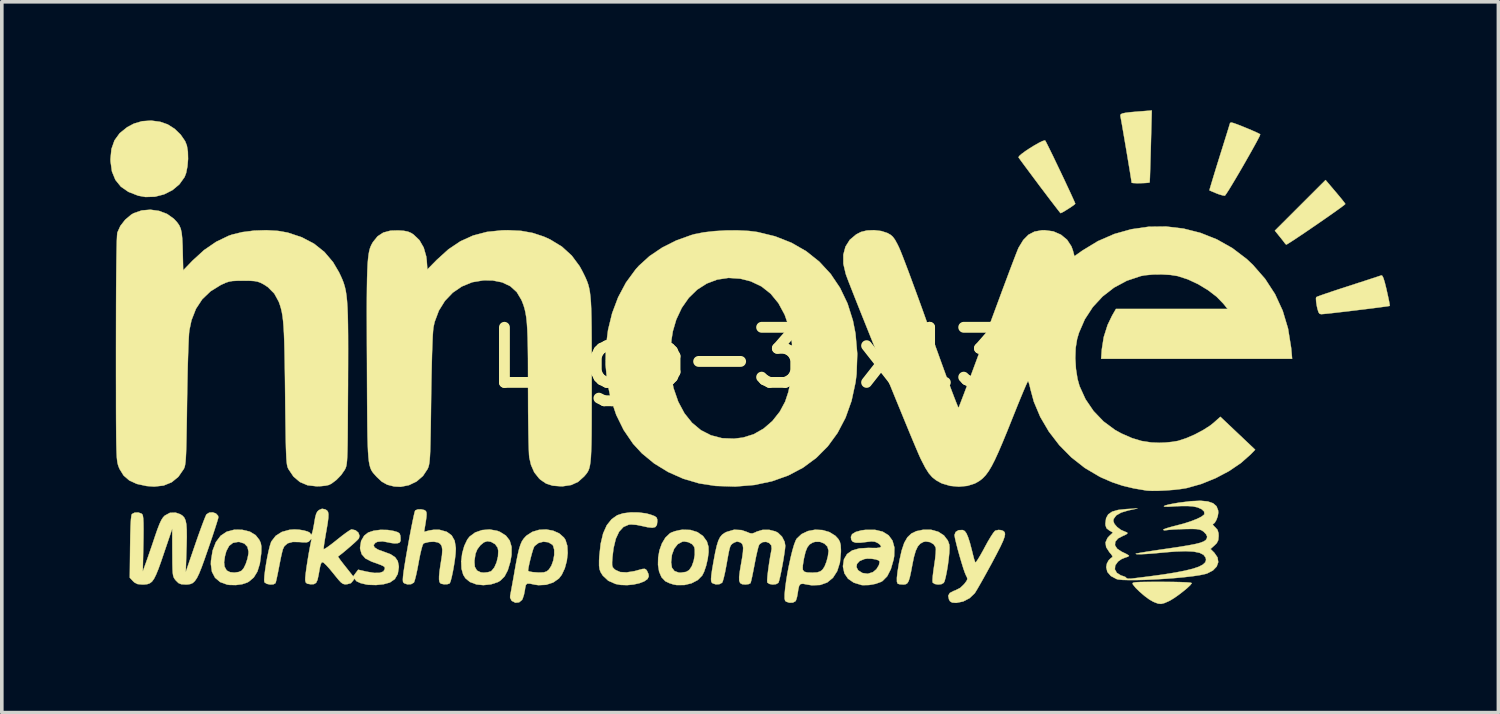
<source format=kicad_pcb>
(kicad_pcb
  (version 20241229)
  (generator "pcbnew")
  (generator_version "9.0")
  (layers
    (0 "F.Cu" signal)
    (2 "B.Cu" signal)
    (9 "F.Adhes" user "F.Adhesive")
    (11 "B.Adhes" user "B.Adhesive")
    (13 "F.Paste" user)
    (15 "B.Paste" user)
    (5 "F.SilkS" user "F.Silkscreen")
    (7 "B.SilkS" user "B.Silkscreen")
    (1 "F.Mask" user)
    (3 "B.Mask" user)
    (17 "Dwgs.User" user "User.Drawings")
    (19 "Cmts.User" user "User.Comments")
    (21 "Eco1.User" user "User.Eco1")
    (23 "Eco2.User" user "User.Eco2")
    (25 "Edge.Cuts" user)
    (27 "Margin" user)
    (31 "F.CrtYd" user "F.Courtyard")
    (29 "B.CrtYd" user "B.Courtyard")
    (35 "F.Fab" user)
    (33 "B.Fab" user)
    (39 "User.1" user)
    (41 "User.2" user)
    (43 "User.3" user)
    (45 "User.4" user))
  (footprint "Logo-35x13"
    (layer "F.Cu")
    (at 17.684 6.835)
    (property "Reference" "Logo-35x13" (at 0 0 0) (layer "F.SilkS") (effects (font (size 1.524 1.524) (thickness 0.3))))
    (attr through_hole)
    (fp_poly (pts (xy 16.188 -4.592) (xy 16.296 -4.464) (xy 16.385 -4.355) (xy 16.445 -4.278) (xy 16.467 -4.245) (xy 16.44 -4.22) (xy 16.363 -4.161) (xy 16.244 -4.075) (xy 16.093 -3.968) (xy 15.919 -3.846) (xy 15.731 -3.716) (xy 15.54 -3.585) (xy 15.354 -3.458) (xy 15.183 -3.343) (xy 15.035 -3.245) (xy 14.922 -3.172) (xy 14.851 -3.129) (xy 14.832 -3.121) (xy 14.806 -3.146) (xy 14.786 -3.172) (xy 14.743 -3.229) (xy 14.673 -3.317) (xy 14.634 -3.365) (xy 14.519 -3.507) (xy 15.921 -4.907) (xy 16.188 -4.592)) (stroke (width 0.01) (type solid)) (fill yes) (layer "F.SilkS"))
    (fp_poly (pts (xy -16.305 -6.517) (xy -16.098 -6.445) (xy -15.904 -6.322) (xy -15.738 -6.161) (xy -15.616 -5.983) (xy -15.567 -5.861) (xy -15.539 -5.691) (xy -15.534 -5.49) (xy -15.551 -5.285) (xy -15.587 -5.102) (xy -15.63 -4.989) (xy -15.774 -4.788) (xy -15.967 -4.627) (xy -16.197 -4.511) (xy -16.45 -4.446) (xy -16.712 -4.438) (xy -16.912 -4.474) (xy -17.182 -4.579) (xy -17.392 -4.724) (xy -17.543 -4.911) (xy -17.638 -5.143) (xy -17.677 -5.422) (xy -17.679 -5.485) (xy -17.652 -5.765) (xy -17.568 -6.003) (xy -17.424 -6.202) (xy -17.217 -6.368) (xy -17.03 -6.467) (xy -16.806 -6.533) (xy -16.555 -6.55) (xy -16.305 -6.517)) (stroke (width 0.01) (type solid)) (fill yes) (layer "F.SilkS"))
    (fp_poly (pts (xy 11.678 6.206) (xy 11.906 6.211) (xy 12.076 6.218) (xy 12.183 6.227) (xy 12.222 6.239) (xy 12.222 6.24) (xy 12.182 6.293) (xy 12.098 6.373) (xy 11.983 6.468) (xy 11.856 6.566) (xy 11.73 6.654) (xy 11.622 6.72) (xy 11.593 6.735) (xy 11.465 6.791) (xy 11.373 6.814) (xy 11.287 6.805) (xy 11.179 6.764) (xy 11.149 6.75) (xy 11.042 6.688) (xy 10.914 6.593) (xy 10.784 6.482) (xy 10.673 6.374) (xy 10.599 6.283) (xy 10.591 6.27) (xy 10.584 6.249) (xy 10.592 6.233) (xy 10.624 6.222) (xy 10.687 6.214) (xy 10.791 6.209) (xy 10.944 6.206) (xy 11.154 6.205) (xy 11.395 6.205) (xy 11.678 6.206)) (stroke (width 0.01) (type solid)) (fill yes) (layer "F.SilkS"))
    (fp_poly (pts (xy 11.089 -5.838) (xy 11.082 -5.578) (xy 11.075 -5.343) (xy 11.069 -5.143) (xy 11.064 -4.986) (xy 11.059 -4.882) (xy 11.056 -4.841) (xy 11.056 -4.84) (xy 11.013 -4.831) (xy 10.924 -4.824) (xy 10.811 -4.82) (xy 10.698 -4.819) (xy 10.608 -4.823) (xy 10.561 -4.83) (xy 10.559 -4.833) (xy 10.553 -4.875) (xy 10.537 -4.977) (xy 10.513 -5.127) (xy 10.482 -5.313) (xy 10.447 -5.523) (xy 10.41 -5.745) (xy 10.372 -5.968) (xy 10.336 -6.178) (xy 10.304 -6.366) (xy 10.277 -6.518) (xy 10.258 -6.623) (xy 10.25 -6.664) (xy 10.247 -6.701) (xy 10.263 -6.728) (xy 10.308 -6.749) (xy 10.391 -6.766) (xy 10.523 -6.782) (xy 10.714 -6.799) (xy 10.81 -6.806) (xy 11.115 -6.83) (xy 11.089 -5.838)) (stroke (width 0.01) (type solid)) (fill yes) (layer "F.SilkS"))
    (fp_poly (pts (xy 8.167 -5.999) (xy 8.19 -5.959) (xy 8.238 -5.865) (xy 8.306 -5.727) (xy 8.39 -5.556) (xy 8.483 -5.361) (xy 8.582 -5.155) (xy 8.681 -4.947) (xy 8.774 -4.748) (xy 8.858 -4.569) (xy 8.926 -4.42) (xy 8.975 -4.312) (xy 8.998 -4.256) (xy 8.999 -4.251) (xy 8.971 -4.224) (xy 8.9 -4.173) (xy 8.807 -4.112) (xy 8.711 -4.052) (xy 8.633 -4.008) (xy 8.593 -3.991) (xy 8.569 -4.019) (xy 8.507 -4.098) (xy 8.414 -4.219) (xy 8.294 -4.375) (xy 8.155 -4.559) (xy 8.018 -4.74) (xy 7.865 -4.945) (xy 7.726 -5.132) (xy 7.607 -5.292) (xy 7.513 -5.419) (xy 7.452 -5.503) (xy 7.43 -5.534) (xy 7.448 -5.569) (xy 7.516 -5.629) (xy 7.619 -5.705) (xy 7.743 -5.787) (xy 7.873 -5.867) (xy 7.995 -5.936) (xy 8.094 -5.984) (xy 8.156 -6.002) (xy 8.167 -5.999)) (stroke (width 0.01) (type solid)) (fill yes) (layer "F.SilkS"))
    (fp_poly (pts (xy 13.375 -6.482) (xy 13.471 -6.448) (xy 13.597 -6.399) (xy 13.737 -6.342) (xy 13.875 -6.284) (xy 13.995 -6.231) (xy 14.08 -6.191) (xy 14.114 -6.169) (xy 14.114 -6.169) (xy 14.096 -6.122) (xy 14.047 -6.025) (xy 13.972 -5.887) (xy 13.879 -5.719) (xy 13.772 -5.53) (xy 13.658 -5.33) (xy 13.542 -5.13) (xy 13.43 -4.94) (xy 13.328 -4.77) (xy 13.242 -4.629) (xy 13.177 -4.529) (xy 13.14 -4.478) (xy 13.135 -4.474) (xy 13.072 -4.483) (xy 12.971 -4.513) (xy 12.9 -4.54) (xy 12.798 -4.583) (xy 12.728 -4.613) (xy 12.71 -4.622) (xy 12.718 -4.658) (xy 12.746 -4.753) (xy 12.79 -4.9) (xy 12.847 -5.088) (xy 12.915 -5.309) (xy 12.991 -5.553) (xy 13.068 -5.798) (xy 13.137 -6.019) (xy 13.196 -6.208) (xy 13.241 -6.354) (xy 13.27 -6.45) (xy 13.281 -6.485) (xy 13.309 -6.495) (xy 13.325 -6.495) (xy 13.375 -6.482)) (stroke (width 0.01) (type solid)) (fill yes) (layer "F.SilkS"))
    (fp_poly (pts (xy 17.49 -2.257) (xy 17.521 -2.194) (xy 17.558 -2.073) (xy 17.604 -1.889) (xy 17.609 -1.864) (xy 17.646 -1.699) (xy 17.675 -1.561) (xy 17.692 -1.466) (xy 17.696 -1.427) (xy 17.695 -1.427) (xy 17.658 -1.42) (xy 17.56 -1.406) (xy 17.413 -1.386) (xy 17.228 -1.362) (xy 17.018 -1.336) (xy 16.794 -1.309) (xy 16.568 -1.281) (xy 16.35 -1.256) (xy 16.153 -1.233) (xy 15.989 -1.215) (xy 15.869 -1.203) (xy 15.804 -1.198) (xy 15.801 -1.197) (xy 15.756 -1.209) (xy 15.724 -1.254) (xy 15.696 -1.348) (xy 15.68 -1.42) (xy 15.661 -1.54) (xy 15.655 -1.631) (xy 15.664 -1.669) (xy 15.705 -1.687) (xy 15.806 -1.724) (xy 15.957 -1.776) (xy 16.147 -1.84) (xy 16.368 -1.913) (xy 16.555 -1.973) (xy 16.794 -2.051) (xy 17.011 -2.121) (xy 17.197 -2.182) (xy 17.341 -2.229) (xy 17.434 -2.26) (xy 17.464 -2.27) (xy 17.49 -2.257)) (stroke (width 0.01) (type solid)) (fill yes) (layer "F.SilkS"))
    (fp_poly (pts (xy -6.986 4.793) (xy -6.91 4.822) (xy -6.746 4.925) (xy -6.64 5.061) (xy -6.588 5.237) (xy -6.589 5.457) (xy -6.622 5.65) (xy -6.692 5.883) (xy -6.782 6.054) (xy -6.898 6.17) (xy -6.967 6.211) (xy -7.157 6.273) (xy -7.368 6.295) (xy -7.557 6.276) (xy -7.739 6.208) (xy -7.865 6.104) (xy -7.925 6.007) (xy -7.972 5.84) (xy -7.98 5.637) (xy -7.98 5.635) (xy -7.617 5.635) (xy -7.604 5.789) (xy -7.545 5.891) (xy -7.439 5.942) (xy -7.355 5.95) (xy -7.245 5.939) (xy -7.159 5.913) (xy -7.145 5.904) (xy -7.065 5.807) (xy -7.002 5.664) (xy -6.963 5.502) (xy -6.956 5.348) (xy -6.972 5.261) (xy -7.042 5.163) (xy -7.155 5.098) (xy -7.258 5.08) (xy -7.352 5.111) (xy -7.45 5.192) (xy -7.534 5.302) (xy -7.584 5.423) (xy -7.585 5.425) (xy -7.617 5.635) (xy -7.98 5.635) (xy -7.954 5.42) (xy -7.896 5.212) (xy -7.812 5.035) (xy -7.75 4.954) (xy -7.596 4.84) (xy -7.404 4.773) (xy -7.194 4.756) (xy -6.986 4.793)) (stroke (width 0.01) (type solid)) (fill yes) (layer "F.SilkS"))
    (fp_poly (pts (xy -14.038 4.765) (xy -13.825 4.816) (xy -13.665 4.914) (xy -13.563 5.044) (xy -13.524 5.13) (xy -13.507 5.226) (xy -13.508 5.355) (xy -13.512 5.425) (xy -13.549 5.702) (xy -13.616 5.918) (xy -13.716 6.082) (xy -13.853 6.198) (xy -13.893 6.221) (xy -14.036 6.269) (xy -14.213 6.293) (xy -14.391 6.289) (xy -14.453 6.28) (xy -14.646 6.21) (xy -14.787 6.091) (xy -14.873 5.926) (xy -14.903 5.715) (xy -14.901 5.663) (xy -14.538 5.663) (xy -14.525 5.783) (xy -14.474 5.875) (xy -14.455 5.896) (xy -14.371 5.937) (xy -14.253 5.949) (xy -14.131 5.931) (xy -14.052 5.895) (xy -13.994 5.824) (xy -13.937 5.706) (xy -13.891 5.564) (xy -13.864 5.425) (xy -13.861 5.368) (xy -13.892 5.235) (xy -13.978 5.144) (xy -14.112 5.102) (xy -14.151 5.1) (xy -14.292 5.126) (xy -14.398 5.209) (xy -14.475 5.352) (xy -14.514 5.496) (xy -14.538 5.663) (xy -14.901 5.663) (xy -14.9 5.624) (xy -14.854 5.337) (xy -14.764 5.105) (xy -14.634 4.931) (xy -14.463 4.817) (xy -14.253 4.762) (xy -14.038 4.765)) (stroke (width 0.01) (type solid)) (fill yes) (layer "F.SilkS"))
    (fp_poly (pts (xy -1.643 4.769) (xy -1.45 4.829) (xy -1.295 4.937) (xy -1.187 5.086) (xy -1.143 5.234) (xy -1.14 5.383) (xy -1.164 5.568) (xy -1.208 5.759) (xy -1.266 5.929) (xy -1.318 6.031) (xy -1.441 6.155) (xy -1.612 6.244) (xy -1.811 6.292) (xy -2.019 6.293) (xy -2.114 6.276) (xy -2.23 6.238) (xy -2.33 6.19) (xy -2.338 6.185) (xy -2.442 6.076) (xy -2.508 5.921) (xy -2.538 5.736) (xy -2.537 5.662) (xy -2.177 5.662) (xy -2.155 5.811) (xy -2.085 5.905) (xy -1.966 5.948) (xy -1.91 5.951) (xy -1.759 5.928) (xy -1.677 5.878) (xy -1.605 5.773) (xy -1.552 5.625) (xy -1.522 5.459) (xy -1.523 5.305) (xy -1.537 5.238) (xy -1.596 5.162) (xy -1.697 5.108) (xy -1.814 5.088) (xy -1.867 5.094) (xy -1.993 5.162) (xy -2.091 5.287) (xy -2.154 5.457) (xy -2.177 5.662) (xy -2.537 5.662) (xy -2.534 5.534) (xy -2.498 5.331) (xy -2.43 5.142) (xy -2.334 4.981) (xy -2.211 4.864) (xy -2.173 4.842) (xy -2.07 4.804) (xy -1.934 4.773) (xy -1.865 4.763) (xy -1.643 4.769)) (stroke (width 0.01) (type solid)) (fill yes) (layer "F.SilkS"))
    (fp_poly (pts (xy -3.079 4.285) (xy -2.863 4.313) (xy -2.74 4.347) (xy -2.633 4.387) (xy -2.58 4.424) (xy -2.56 4.477) (xy -2.558 4.532) (xy -2.57 4.63) (xy -2.611 4.688) (xy -2.693 4.708) (xy -2.824 4.694) (xy -2.951 4.666) (xy -3.132 4.629) (xy -3.281 4.617) (xy -3.345 4.622) (xy -3.494 4.686) (xy -3.614 4.816) (xy -3.706 5.013) (xy -3.769 5.276) (xy -3.798 5.518) (xy -3.808 5.658) (xy -3.807 5.746) (xy -3.791 5.801) (xy -3.754 5.843) (xy -3.716 5.875) (xy -3.587 5.933) (xy -3.408 5.943) (xy -3.177 5.905) (xy -3.072 5.876) (xy -2.966 5.848) (xy -2.905 5.845) (xy -2.867 5.867) (xy -2.845 5.895) (xy -2.803 5.988) (xy -2.794 6.051) (xy -2.828 6.125) (xy -2.919 6.19) (xy -3.054 6.242) (xy -3.217 6.278) (xy -3.394 6.295) (xy -3.571 6.289) (xy -3.711 6.263) (xy -3.913 6.174) (xy -4.066 6.031) (xy -4.126 5.935) (xy -4.154 5.859) (xy -4.168 5.759) (xy -4.168 5.615) (xy -4.162 5.499) (xy -4.124 5.151) (xy -4.056 4.865) (xy -3.955 4.639) (xy -3.82 4.471) (xy -3.666 4.363) (xy -3.505 4.31) (xy -3.301 4.284) (xy -3.079 4.285)) (stroke (width 0.01) (type solid)) (fill yes) (layer "F.SilkS"))
    (fp_poly (pts (xy 5.015 4.765) (xy 5.21 4.819) (xy 5.367 4.92) (xy 5.476 5.063) (xy 5.516 5.174) (xy 5.522 5.262) (xy 5.516 5.399) (xy 5.499 5.565) (xy 5.476 5.745) (xy 5.447 5.919) (xy 5.416 6.071) (xy 5.386 6.183) (xy 5.362 6.232) (xy 5.298 6.268) (xy 5.205 6.278) (xy 5.114 6.263) (xy 5.058 6.225) (xy 5.055 6.219) (xy 5.052 6.161) (xy 5.059 6.048) (xy 5.077 5.898) (xy 5.098 5.754) (xy 5.123 5.582) (xy 5.139 5.428) (xy 5.145 5.31) (xy 5.141 5.255) (xy 5.085 5.166) (xy 4.984 5.106) (xy 4.866 5.088) (xy 4.799 5.101) (xy 4.713 5.148) (xy 4.644 5.226) (xy 4.587 5.347) (xy 4.537 5.52) (xy 4.497 5.715) (xy 4.457 5.927) (xy 4.424 6.078) (xy 4.393 6.178) (xy 4.359 6.238) (xy 4.318 6.267) (xy 4.265 6.277) (xy 4.234 6.277) (xy 4.144 6.271) (xy 4.09 6.255) (xy 4.088 6.253) (xy 4.068 6.2) (xy 4.067 6.093) (xy 4.085 5.928) (xy 4.122 5.701) (xy 4.139 5.606) (xy 4.2 5.334) (xy 4.27 5.126) (xy 4.357 4.974) (xy 4.467 4.869) (xy 4.607 4.802) (xy 4.783 4.766) (xy 4.791 4.765) (xy 5.015 4.765)) (stroke (width 0.01) (type solid)) (fill yes) (layer "F.SilkS"))
    (fp_poly (pts (xy 3.675 4.817) (xy 3.837 4.917) (xy 3.945 5.064) (xy 3.998 5.256) (xy 3.992 5.492) (xy 3.976 5.587) (xy 3.9 5.852) (xy 3.799 6.05) (xy 3.671 6.18) (xy 3.628 6.205) (xy 3.475 6.26) (xy 3.294 6.292) (xy 3.125 6.296) (xy 3.084 6.291) (xy 2.874 6.226) (xy 2.717 6.118) (xy 2.616 5.97) (xy 2.579 5.798) (xy 2.949 5.798) (xy 2.996 5.885) (xy 3.107 5.956) (xy 3.121 5.961) (xy 3.261 5.981) (xy 3.406 5.935) (xy 3.501 5.855) (xy 3.57 5.742) (xy 3.592 5.645) (xy 3.56 5.61) (xy 3.477 5.582) (xy 3.366 5.565) (xy 3.25 5.562) (xy 3.17 5.573) (xy 3.037 5.628) (xy 2.963 5.708) (xy 2.949 5.798) (xy 2.579 5.798) (xy 2.577 5.787) (xy 2.576 5.765) (xy 2.604 5.579) (xy 2.689 5.436) (xy 2.83 5.336) (xy 3.029 5.28) (xy 3.286 5.265) (xy 3.336 5.267) (xy 3.503 5.269) (xy 3.601 5.255) (xy 3.632 5.224) (xy 3.598 5.175) (xy 3.537 5.13) (xy 3.459 5.094) (xy 3.364 5.086) (xy 3.256 5.098) (xy 3.063 5.121) (xy 2.93 5.121) (xy 2.848 5.095) (xy 2.806 5.04) (xy 2.795 4.963) (xy 2.828 4.886) (xy 2.927 4.825) (xy 3.083 4.782) (xy 3.197 4.767) (xy 3.461 4.766) (xy 3.675 4.817)) (stroke (width 0.01) (type solid)) (fill yes) (layer "F.SilkS"))
    (fp_poly (pts (xy 6.948 4.775) (xy 7.007 4.796) (xy 7.044 4.829) (xy 7.057 4.882) (xy 7.043 4.961) (xy 7.002 5.074) (xy 6.93 5.229) (xy 6.826 5.432) (xy 6.693 5.683) (xy 6.575 5.899) (xy 6.464 6.1) (xy 6.365 6.275) (xy 6.285 6.413) (xy 6.23 6.503) (xy 6.216 6.523) (xy 6.077 6.655) (xy 5.9 6.747) (xy 5.713 6.785) (xy 5.698 6.785) (xy 5.596 6.777) (xy 5.538 6.744) (xy 5.508 6.692) (xy 5.486 6.59) (xy 5.529 6.513) (xy 5.639 6.455) (xy 5.677 6.443) (xy 5.821 6.369) (xy 5.927 6.267) (xy 5.992 6.182) (xy 6.016 6.127) (xy 6.004 6.076) (xy 5.98 6.031) (xy 5.949 5.959) (xy 5.905 5.834) (xy 5.855 5.672) (xy 5.802 5.492) (xy 5.751 5.309) (xy 5.708 5.141) (xy 5.676 5.005) (xy 5.661 4.917) (xy 5.661 4.905) (xy 5.692 4.825) (xy 5.772 4.776) (xy 5.879 4.771) (xy 5.895 4.775) (xy 5.944 4.801) (xy 5.989 4.862) (xy 6.034 4.965) (xy 6.084 5.118) (xy 6.14 5.331) (xy 6.172 5.461) (xy 6.2 5.57) (xy 6.227 5.648) (xy 6.238 5.669) (xy 6.262 5.648) (xy 6.312 5.574) (xy 6.382 5.457) (xy 6.465 5.308) (xy 6.49 5.26) (xy 6.579 5.097) (xy 6.663 4.956) (xy 6.733 4.85) (xy 6.781 4.793) (xy 6.788 4.789) (xy 6.876 4.768) (xy 6.948 4.775)) (stroke (width 0.01) (type solid)) (fill yes) (layer "F.SilkS"))
    (fp_poly (pts (xy 2.008 4.772) (xy 2.2 4.828) (xy 2.364 4.929) (xy 2.447 5.019) (xy 2.489 5.094) (xy 2.512 5.187) (xy 2.519 5.321) (xy 2.519 5.382) (xy 2.492 5.669) (xy 2.417 5.907) (xy 2.299 6.091) (xy 2.141 6.221) (xy 1.945 6.291) (xy 1.716 6.3) (xy 1.58 6.278) (xy 1.471 6.257) (xy 1.403 6.265) (xy 1.364 6.313) (xy 1.34 6.413) (xy 1.326 6.508) (xy 1.305 6.624) (xy 1.278 6.712) (xy 1.263 6.739) (xy 1.191 6.778) (xy 1.092 6.781) (xy 1.002 6.75) (xy 0.977 6.727) (xy 0.962 6.666) (xy 0.963 6.546) (xy 0.978 6.383) (xy 1.004 6.187) (xy 1.039 5.972) (xy 1.077 5.773) (xy 1.462 5.773) (xy 1.465 5.87) (xy 1.503 5.923) (xy 1.587 5.945) (xy 1.728 5.95) (xy 1.734 5.95) (xy 1.864 5.943) (xy 1.95 5.914) (xy 2.011 5.866) (xy 2.068 5.779) (xy 2.12 5.647) (xy 2.159 5.497) (xy 2.177 5.357) (xy 2.177 5.34) (xy 2.145 5.229) (xy 2.061 5.145) (xy 1.943 5.098) (xy 1.808 5.097) (xy 1.738 5.118) (xy 1.654 5.169) (xy 1.59 5.25) (xy 1.54 5.374) (xy 1.497 5.555) (xy 1.486 5.618) (xy 1.462 5.773) (xy 1.077 5.773) (xy 1.082 5.751) (xy 1.128 5.536) (xy 1.176 5.341) (xy 1.224 5.177) (xy 1.27 5.058) (xy 1.295 5.012) (xy 1.432 4.883) (xy 1.607 4.8) (xy 1.805 4.763) (xy 2.008 4.772)) (stroke (width 0.01) (type solid)) (fill yes) (layer "F.SilkS"))
    (fp_poly (pts (xy -5.439 4.79) (xy -5.27 4.865) (xy -5.14 4.98) (xy -5.097 5.046) (xy -5.047 5.208) (xy -5.036 5.407) (xy -5.06 5.621) (xy -5.116 5.829) (xy -5.2 6.008) (xy -5.279 6.111) (xy -5.438 6.222) (xy -5.634 6.286) (xy -5.847 6.296) (xy -5.954 6.28) (xy -6.081 6.253) (xy -6.155 6.253) (xy -6.193 6.29) (xy -6.212 6.373) (xy -6.22 6.432) (xy -6.245 6.558) (xy -6.28 6.666) (xy -6.299 6.704) (xy -6.379 6.77) (xy -6.482 6.781) (xy -6.579 6.732) (xy -6.586 6.726) (xy -6.628 6.644) (xy -6.627 6.59) (xy -6.615 6.528) (xy -6.593 6.41) (xy -6.564 6.249) (xy -6.53 6.061) (xy -6.514 5.969) (xy -6.502 5.898) (xy -6.132 5.898) (xy -6.098 5.918) (xy -6.006 5.935) (xy -5.871 5.945) (xy -5.821 5.947) (xy -5.697 5.942) (xy -5.616 5.915) (xy -5.557 5.866) (xy -5.486 5.756) (xy -5.435 5.614) (xy -5.408 5.461) (xy -5.408 5.318) (xy -5.438 5.208) (xy -5.461 5.176) (xy -5.574 5.109) (xy -5.71 5.094) (xy -5.843 5.129) (xy -5.948 5.211) (xy -5.964 5.233) (xy -5.989 5.295) (xy -6.023 5.406) (xy -6.06 5.543) (xy -6.094 5.684) (xy -6.12 5.808) (xy -6.132 5.89) (xy -6.132 5.898) (xy -6.502 5.898) (xy -6.465 5.69) (xy -6.422 5.472) (xy -6.383 5.305) (xy -6.344 5.18) (xy -6.303 5.085) (xy -6.255 5.012) (xy -6.198 4.949) (xy -6.172 4.924) (xy -6.012 4.821) (xy -5.826 4.766) (xy -5.63 4.756) (xy -5.439 4.79)) (stroke (width 0.01) (type solid)) (fill yes) (layer "F.SilkS"))
    (fp_poly (pts (xy -8.999 4.219) (xy -8.958 4.248) (xy -8.943 4.282) (xy -8.938 4.331) (xy -8.943 4.411) (xy -8.96 4.536) (xy -8.985 4.688) (xy -9.008 4.823) (xy -8.868 4.784) (xy -8.738 4.764) (xy -8.596 4.764) (xy -8.573 4.767) (xy -8.382 4.82) (xy -8.245 4.919) (xy -8.162 5.067) (xy -8.13 5.265) (xy -8.13 5.305) (xy -8.137 5.426) (xy -8.155 5.581) (xy -8.181 5.751) (xy -8.211 5.919) (xy -8.243 6.069) (xy -8.273 6.183) (xy -8.298 6.244) (xy -8.3 6.247) (xy -8.359 6.268) (xy -8.451 6.272) (xy -8.459 6.271) (xy -8.544 6.254) (xy -8.581 6.21) (xy -8.593 6.137) (xy -8.592 6.047) (xy -8.579 5.91) (xy -8.556 5.749) (xy -8.544 5.675) (xy -8.512 5.467) (xy -8.503 5.318) (xy -8.519 5.215) (xy -8.563 5.15) (xy -8.626 5.113) (xy -8.738 5.094) (xy -8.874 5.102) (xy -8.994 5.131) (xy -9.027 5.148) (xy -9.049 5.192) (xy -9.079 5.294) (xy -9.114 5.44) (xy -9.149 5.616) (xy -9.159 5.674) (xy -9.194 5.859) (xy -9.229 6.021) (xy -9.261 6.145) (xy -9.285 6.216) (xy -9.29 6.225) (xy -9.366 6.268) (xy -9.468 6.274) (xy -9.557 6.243) (xy -9.579 6.223) (xy -9.591 6.194) (xy -9.594 6.138) (xy -9.588 6.048) (xy -9.572 5.917) (xy -9.544 5.736) (xy -9.505 5.5) (xy -9.455 5.217) (xy -9.409 4.962) (xy -9.365 4.73) (xy -9.325 4.532) (xy -9.292 4.376) (xy -9.267 4.272) (xy -9.253 4.231) (xy -9.185 4.202) (xy -9.089 4.199) (xy -8.999 4.219)) (stroke (width 0.01) (type solid)) (fill yes) (layer "F.SilkS"))
    (fp_poly (pts (xy -14.762 4.315) (xy -14.705 4.376) (xy -14.696 4.419) (xy -14.707 4.466) (xy -14.739 4.572) (xy -14.788 4.726) (xy -14.851 4.918) (xy -14.925 5.137) (xy -14.976 5.286) (xy -15.076 5.574) (xy -15.158 5.8) (xy -15.227 5.972) (xy -15.288 6.097) (xy -15.346 6.182) (xy -15.404 6.236) (xy -15.468 6.264) (xy -15.543 6.276) (xy -15.605 6.277) (xy -15.721 6.27) (xy -15.797 6.239) (xy -15.868 6.17) (xy -15.872 6.166) (xy -15.905 6.124) (xy -15.929 6.083) (xy -15.946 6.031) (xy -15.957 5.956) (xy -15.963 5.846) (xy -15.967 5.691) (xy -15.968 5.478) (xy -15.969 5.395) (xy -15.971 4.735) (xy -16.181 5.352) (xy -16.275 5.629) (xy -16.352 5.844) (xy -16.418 6.005) (xy -16.476 6.121) (xy -16.532 6.198) (xy -16.593 6.244) (xy -16.662 6.268) (xy -16.745 6.277) (xy -16.81 6.277) (xy -16.932 6.265) (xy -17.019 6.22) (xy -17.057 6.183) (xy -17.145 6.089) (xy -17.136 5.235) (xy -17.131 4.911) (xy -17.123 4.658) (xy -17.113 4.477) (xy -17.099 4.367) (xy -17.087 4.331) (xy -17.013 4.291) (xy -16.913 4.286) (xy -16.824 4.316) (xy -16.8 4.336) (xy -16.784 4.375) (xy -16.773 4.453) (xy -16.767 4.576) (xy -16.765 4.753) (xy -16.767 4.991) (xy -16.77 5.153) (xy -16.786 5.915) (xy -16.703 5.688) (xy -16.66 5.568) (xy -16.602 5.399) (xy -16.534 5.203) (xy -16.466 5) (xy -16.454 4.963) (xy -16.381 4.752) (xy -16.321 4.598) (xy -16.27 4.491) (xy -16.222 4.418) (xy -16.178 4.373) (xy -16.036 4.296) (xy -15.88 4.29) (xy -15.751 4.334) (xy -15.686 4.376) (xy -15.637 4.43) (xy -15.603 4.506) (xy -15.581 4.615) (xy -15.571 4.765) (xy -15.569 4.966) (xy -15.575 5.229) (xy -15.577 5.273) (xy -15.598 5.933) (xy -15.333 5.162) (xy -15.255 4.937) (xy -15.181 4.732) (xy -15.117 4.559) (xy -15.066 4.429) (xy -15.032 4.351) (xy -15.023 4.337) (xy -14.946 4.289) (xy -14.851 4.283) (xy -14.762 4.315)) (stroke (width 0.01) (type solid)) (fill yes) (layer "F.SilkS"))
    (fp_poly (pts (xy -0.025 -3.499) (xy 0.205 -3.47) (xy 0.699 -3.35) (xy 1.151 -3.172) (xy 1.559 -2.938) (xy 1.921 -2.65) (xy 2.234 -2.312) (xy 2.495 -1.925) (xy 2.702 -1.493) (xy 2.852 -1.018) (xy 2.922 -0.662) (xy 2.971 -0.103) (xy 2.952 0.457) (xy 2.923 0.689) (xy 2.813 1.199) (xy 2.647 1.665) (xy 2.427 2.085) (xy 2.157 2.456) (xy 1.837 2.777) (xy 1.471 3.047) (xy 1.062 3.263) (xy 0.611 3.423) (xy 0.122 3.526) (xy -0.402 3.569) (xy -0.943 3.552) (xy -1.399 3.482) (xy -1.841 3.352) (xy -2.26 3.166) (xy -2.645 2.93) (xy -2.986 2.649) (xy -3.228 2.386) (xy -3.488 2.005) (xy -3.693 1.588) (xy -3.845 1.141) (xy -3.944 0.674) (xy -3.989 0.195) (xy -3.987 0.077) (xy -2.19 0.077) (xy -2.179 0.368) (xy -2.151 0.633) (xy -2.11 0.847) (xy -1.98 1.222) (xy -1.809 1.542) (xy -1.599 1.805) (xy -1.353 2.01) (xy -1.075 2.152) (xy -0.768 2.232) (xy -0.435 2.245) (xy -0.186 2.214) (xy 0.107 2.123) (xy 0.38 1.968) (xy 0.624 1.757) (xy 0.829 1.498) (xy 0.977 1.223) (xy 1.066 0.954) (xy 1.131 0.637) (xy 1.17 0.292) (xy 1.181 -0.061) (xy 1.164 -0.403) (xy 1.118 -0.712) (xy 1.095 -0.805) (xy 0.964 -1.183) (xy 0.791 -1.502) (xy 0.577 -1.763) (xy 0.322 -1.965) (xy 0.026 -2.106) (xy -0.26 -2.179) (xy -0.59 -2.201) (xy -0.902 -2.154) (xy -1.193 -2.044) (xy -1.456 -1.875) (xy -1.688 -1.649) (xy -1.882 -1.372) (xy -2.034 -1.048) (xy -2.129 -0.724) (xy -2.166 -0.492) (xy -2.186 -0.218) (xy -2.19 0.077) (xy -3.987 0.077) (xy -3.981 -0.286) (xy -3.92 -0.762) (xy -3.807 -1.224) (xy -3.642 -1.662) (xy -3.425 -2.07) (xy -3.157 -2.436) (xy -3.068 -2.535) (xy -2.773 -2.803) (xy -2.423 -3.039) (xy -2.034 -3.235) (xy -1.619 -3.384) (xy -1.524 -3.411) (xy -1.274 -3.46) (xy -0.975 -3.494) (xy -0.652 -3.513) (xy -0.328 -3.514) (xy -0.025 -3.499)) (stroke (width 0.01) (type solid)) (fill yes) (layer "F.SilkS"))
    (fp_poly (pts (xy -0.231 4.773) (xy -0.091 4.821) (xy 0.004 4.86) (xy 0.069 4.867) (xy 0.142 4.841) (xy 0.193 4.815) (xy 0.354 4.767) (xy 0.536 4.766) (xy 0.709 4.81) (xy 0.78 4.848) (xy 0.89 4.955) (xy 0.962 5.096) (xy 0.98 5.205) (xy 0.973 5.292) (xy 0.955 5.423) (xy 0.93 5.583) (xy 0.899 5.755) (xy 0.867 5.923) (xy 0.836 6.069) (xy 0.809 6.177) (xy 0.79 6.231) (xy 0.789 6.232) (xy 0.725 6.268) (xy 0.632 6.278) (xy 0.542 6.262) (xy 0.486 6.224) (xy 0.483 6.217) (xy 0.48 6.16) (xy 0.488 6.047) (xy 0.506 5.893) (xy 0.531 5.713) (xy 0.561 5.524) (xy 0.595 5.339) (xy 0.604 5.292) (xy 0.595 5.198) (xy 0.537 5.131) (xy 0.45 5.098) (xy 0.357 5.105) (xy 0.276 5.157) (xy 0.253 5.191) (xy 0.233 5.251) (xy 0.204 5.368) (xy 0.169 5.524) (xy 0.134 5.704) (xy 0.129 5.732) (xy 0.094 5.91) (xy 0.063 6.064) (xy 0.037 6.177) (xy 0.02 6.237) (xy 0.018 6.241) (xy -0.03 6.266) (xy -0.118 6.277) (xy -0.128 6.277) (xy -0.212 6.269) (xy -0.266 6.238) (xy -0.293 6.174) (xy -0.295 6.067) (xy -0.275 5.906) (xy -0.252 5.769) (xy -0.213 5.544) (xy -0.19 5.381) (xy -0.184 5.266) (xy -0.195 5.19) (xy -0.222 5.142) (xy -0.267 5.112) (xy -0.271 5.11) (xy -0.354 5.089) (xy -0.434 5.119) (xy -0.452 5.13) (xy -0.489 5.155) (xy -0.517 5.183) (xy -0.54 5.223) (xy -0.561 5.289) (xy -0.584 5.392) (xy -0.612 5.542) (xy -0.649 5.751) (xy -0.652 5.765) (xy -0.684 5.934) (xy -0.717 6.078) (xy -0.746 6.182) (xy -0.766 6.228) (xy -0.84 6.268) (xy -0.94 6.274) (xy -1.029 6.244) (xy -1.052 6.224) (xy -1.068 6.188) (xy -1.072 6.125) (xy -1.064 6.023) (xy -1.043 5.873) (xy -1.007 5.664) (xy -1.004 5.645) (xy -0.957 5.394) (xy -0.914 5.205) (xy -0.871 5.067) (xy -0.822 4.968) (xy -0.764 4.899) (xy -0.69 4.848) (xy -0.642 4.824) (xy -0.434 4.763) (xy -0.231 4.773)) (stroke (width 0.01) (type solid)) (fill yes) (layer "F.SilkS"))
    (fp_poly (pts (xy -6.324 -3.501) (xy -6.002 -3.443) (xy -5.696 -3.342) (xy -5.52 -3.262) (xy -5.196 -3.065) (xy -4.924 -2.817) (xy -4.706 -2.523) (xy -4.636 -2.395) (xy -4.584 -2.292) (xy -4.54 -2.2) (xy -4.503 -2.113) (xy -4.471 -2.024) (xy -4.445 -1.927) (xy -4.424 -1.817) (xy -4.408 -1.687) (xy -4.395 -1.531) (xy -4.386 -1.344) (xy -4.38 -1.118) (xy -4.376 -0.848) (xy -4.374 -0.528) (xy -4.373 -0.151) (xy -4.372 0.288) (xy -4.372 0.617) (xy -4.372 1.096) (xy -4.373 1.508) (xy -4.374 1.859) (xy -4.376 2.154) (xy -4.38 2.399) (xy -4.387 2.599) (xy -4.395 2.76) (xy -4.407 2.888) (xy -4.422 2.988) (xy -4.441 3.066) (xy -4.464 3.128) (xy -4.492 3.178) (xy -4.525 3.223) (xy -4.564 3.269) (xy -4.581 3.289) (xy -4.747 3.438) (xy -4.938 3.526) (xy -5.168 3.561) (xy -5.223 3.562) (xy -5.451 3.545) (xy -5.633 3.486) (xy -5.788 3.381) (xy -5.829 3.342) (xy -5.961 3.175) (xy -6.05 2.972) (xy -6.098 2.766) (xy -6.105 2.688) (xy -6.111 2.545) (xy -6.117 2.346) (xy -6.122 2.099) (xy -6.126 1.813) (xy -6.13 1.496) (xy -6.131 1.155) (xy -6.132 0.847) (xy -6.133 0.405) (xy -6.134 0.03) (xy -6.138 -0.287) (xy -6.144 -0.553) (xy -6.153 -0.773) (xy -6.165 -0.956) (xy -6.181 -1.108) (xy -6.202 -1.235) (xy -6.227 -1.346) (xy -6.258 -1.447) (xy -6.295 -1.544) (xy -6.316 -1.593) (xy -6.444 -1.808) (xy -6.622 -1.97) (xy -6.846 -2.077) (xy -7.117 -2.131) (xy -7.366 -2.133) (xy -7.677 -2.081) (xy -7.963 -1.964) (xy -8.216 -1.791) (xy -8.431 -1.565) (xy -8.599 -1.295) (xy -8.715 -0.985) (xy -8.748 -0.835) (xy -8.758 -0.742) (xy -8.769 -0.582) (xy -8.778 -0.362) (xy -8.788 -0.087) (xy -8.796 0.237) (xy -8.804 0.604) (xy -8.811 1.007) (xy -8.813 1.161) (xy -8.818 1.565) (xy -8.823 1.903) (xy -8.828 2.182) (xy -8.833 2.408) (xy -8.838 2.587) (xy -8.845 2.727) (xy -8.853 2.834) (xy -8.862 2.915) (xy -8.873 2.976) (xy -8.886 3.024) (xy -8.902 3.065) (xy -8.911 3.084) (xy -9.038 3.276) (xy -9.214 3.428) (xy -9.425 3.53) (xy -9.653 3.576) (xy -9.833 3.567) (xy -10.025 3.518) (xy -10.176 3.434) (xy -10.315 3.304) (xy -10.362 3.252) (xy -10.403 3.206) (xy -10.439 3.16) (xy -10.469 3.109) (xy -10.494 3.047) (xy -10.515 2.971) (xy -10.533 2.874) (xy -10.546 2.752) (xy -10.557 2.599) (xy -10.565 2.41) (xy -10.572 2.18) (xy -10.576 1.904) (xy -10.579 1.577) (xy -10.582 1.193) (xy -10.584 0.748) (xy -10.586 0.236) (xy -10.586 0.164) (xy -10.589 -0.38) (xy -10.59 -0.858) (xy -10.591 -1.272) (xy -10.59 -1.629) (xy -10.587 -1.934) (xy -10.583 -2.191) (xy -10.576 -2.405) (xy -10.568 -2.582) (xy -10.556 -2.726) (xy -10.542 -2.843) (xy -10.525 -2.938) (xy -10.505 -3.015) (xy -10.481 -3.079) (xy -10.453 -3.136) (xy -10.422 -3.19) (xy -10.293 -3.35) (xy -10.134 -3.454) (xy -9.934 -3.507) (xy -9.721 -3.513) (xy -9.565 -3.502) (xy -9.454 -3.48) (xy -9.363 -3.441) (xy -9.3 -3.4) (xy -9.137 -3.245) (xy -9.018 -3.039) (xy -8.948 -2.794) (xy -8.934 -2.681) (xy -8.917 -2.434) (xy -8.658 -2.697) (xy -8.336 -2.989) (xy -8.004 -3.212) (xy -7.652 -3.372) (xy -7.271 -3.472) (xy -6.851 -3.516) (xy -6.687 -3.519) (xy -6.324 -3.501)) (stroke (width 0.01) (type solid)) (fill yes) (layer "F.SilkS"))
    (fp_poly (pts (xy -16.336 -4.053) (xy -16.114 -3.969) (xy -15.928 -3.836) (xy -15.917 -3.825) (xy -15.837 -3.738) (xy -15.778 -3.655) (xy -15.737 -3.562) (xy -15.711 -3.445) (xy -15.695 -3.291) (xy -15.685 -3.084) (xy -15.682 -2.955) (xy -15.669 -2.409) (xy -15.409 -2.679) (xy -15.092 -2.969) (xy -14.756 -3.199) (xy -14.411 -3.365) (xy -14.319 -3.397) (xy -14.032 -3.467) (xy -13.707 -3.508) (xy -13.369 -3.519) (xy -13.046 -3.5) (xy -12.778 -3.453) (xy -12.387 -3.323) (xy -12.049 -3.145) (xy -11.763 -2.917) (xy -11.526 -2.638) (xy -11.361 -2.358) (xy -11.311 -2.254) (xy -11.268 -2.157) (xy -11.231 -2.061) (xy -11.2 -1.959) (xy -11.174 -1.847) (xy -11.154 -1.716) (xy -11.138 -1.563) (xy -11.126 -1.38) (xy -11.117 -1.162) (xy -11.112 -0.902) (xy -11.109 -0.595) (xy -11.108 -0.235) (xy -11.109 0.185) (xy -11.111 0.67) (xy -11.111 0.766) (xy -11.114 1.219) (xy -11.116 1.606) (xy -11.118 1.931) (xy -11.12 2.201) (xy -11.123 2.422) (xy -11.127 2.598) (xy -11.132 2.737) (xy -11.138 2.844) (xy -11.146 2.924) (xy -11.155 2.983) (xy -11.166 3.027) (xy -11.179 3.062) (xy -11.195 3.094) (xy -11.201 3.106) (xy -11.3 3.249) (xy -11.43 3.384) (xy -11.568 3.488) (xy -11.643 3.525) (xy -11.729 3.544) (xy -11.858 3.558) (xy -11.979 3.562) (xy -12.23 3.533) (xy -12.442 3.443) (xy -12.62 3.291) (xy -12.759 3.084) (xy -12.774 3.052) (xy -12.787 3.013) (xy -12.798 2.96) (xy -12.807 2.887) (xy -12.815 2.788) (xy -12.821 2.657) (xy -12.827 2.489) (xy -12.832 2.276) (xy -12.836 2.013) (xy -12.841 1.694) (xy -12.846 1.313) (xy -12.849 1.016) (xy -12.854 0.561) (xy -12.86 0.172) (xy -12.866 -0.158) (xy -12.873 -0.435) (xy -12.882 -0.666) (xy -12.893 -0.857) (xy -12.906 -1.014) (xy -12.922 -1.145) (xy -12.941 -1.256) (xy -12.964 -1.354) (xy -12.991 -1.445) (xy -13.023 -1.535) (xy -13.026 -1.543) (xy -13.148 -1.766) (xy -13.325 -1.945) (xy -13.436 -2.018) (xy -13.528 -2.066) (xy -13.609 -2.096) (xy -13.7 -2.113) (xy -13.822 -2.121) (xy -13.994 -2.123) (xy -14.007 -2.123) (xy -14.184 -2.121) (xy -14.31 -2.114) (xy -14.409 -2.096) (xy -14.502 -2.064) (xy -14.612 -2.013) (xy -14.629 -2.005) (xy -14.913 -1.829) (xy -15.142 -1.61) (xy -15.316 -1.345) (xy -15.439 -1.03) (xy -15.498 -0.751) (xy -15.507 -0.662) (xy -15.516 -0.508) (xy -15.525 -0.299) (xy -15.534 -0.043) (xy -15.543 0.252) (xy -15.55 0.576) (xy -15.557 0.922) (xy -15.562 1.234) (xy -15.567 1.635) (xy -15.573 1.97) (xy -15.578 2.246) (xy -15.583 2.468) (xy -15.589 2.644) (xy -15.596 2.781) (xy -15.604 2.883) (xy -15.614 2.959) (xy -15.625 3.014) (xy -15.639 3.055) (xy -15.653 3.084) (xy -15.801 3.298) (xy -15.986 3.45) (xy -16.21 3.541) (xy -16.472 3.57) (xy -16.682 3.554) (xy -16.95 3.496) (xy -17.159 3.4) (xy -17.316 3.264) (xy -17.429 3.081) (xy -17.453 3.022) (xy -17.466 2.986) (xy -17.477 2.947) (xy -17.487 2.901) (xy -17.495 2.843) (xy -17.503 2.768) (xy -17.508 2.671) (xy -17.513 2.548) (xy -17.517 2.392) (xy -17.52 2.201) (xy -17.522 1.968) (xy -17.524 1.69) (xy -17.525 1.36) (xy -17.525 0.975) (xy -17.526 0.529) (xy -17.526 0.017) (xy -17.526 -0.246) (xy -17.525 -0.868) (xy -17.524 -1.425) (xy -17.522 -1.917) (xy -17.518 -2.344) (xy -17.514 -2.703) (xy -17.509 -2.994) (xy -17.504 -3.216) (xy -17.497 -3.367) (xy -17.49 -3.447) (xy -17.488 -3.455) (xy -17.406 -3.637) (xy -17.272 -3.809) (xy -17.106 -3.949) (xy -17.037 -3.989) (xy -16.816 -4.066) (xy -16.576 -4.086) (xy -16.336 -4.053)) (stroke (width 0.01) (type solid)) (fill yes) (layer "F.SilkS"))
    (fp_poly (pts (xy 12.664 3.981) (xy 12.81 4.031) (xy 12.904 4.112) (xy 12.949 4.226) (xy 12.954 4.292) (xy 12.939 4.389) (xy 12.903 4.49) (xy 12.856 4.571) (xy 12.81 4.608) (xy 12.806 4.608) (xy 12.805 4.628) (xy 12.85 4.678) (xy 12.866 4.692) (xy 12.933 4.767) (xy 12.96 4.859) (xy 12.964 4.935) (xy 12.953 5.051) (xy 12.911 5.134) (xy 12.851 5.194) (xy 12.739 5.295) (xy 12.846 5.402) (xy 12.933 5.529) (xy 12.953 5.659) (xy 12.909 5.782) (xy 12.806 5.889) (xy 12.648 5.971) (xy 12.599 5.986) (xy 12.461 6.016) (xy 12.272 6.045) (xy 12.043 6.072) (xy 11.786 6.097) (xy 11.513 6.118) (xy 11.234 6.135) (xy 10.964 6.148) (xy 10.711 6.155) (xy 10.49 6.156) (xy 10.31 6.151) (xy 10.184 6.138) (xy 10.142 6.127) (xy 9.983 6.042) (xy 9.887 5.93) (xy 9.856 5.798) (xy 9.875 5.697) (xy 9.924 5.607) (xy 9.984 5.549) (xy 10.024 5.522) (xy 10.026 5.49) (xy 9.987 5.434) (xy 9.944 5.385) (xy 9.854 5.245) (xy 9.836 5.115) (xy 9.89 4.992) (xy 9.938 4.939) (xy 10.043 4.841) (xy 9.938 4.781) (xy 9.864 4.722) (xy 9.836 4.642) (xy 9.833 4.589) (xy 9.852 4.445) (xy 9.911 4.338) (xy 10.02 4.263) (xy 10.184 4.216) (xy 10.411 4.192) (xy 10.424 4.191) (xy 10.722 4.175) (xy 10.471 4.228) (xy 10.269 4.288) (xy 10.131 4.367) (xy 10.061 4.464) (xy 10.051 4.521) (xy 10.081 4.601) (xy 10.157 4.689) (xy 10.259 4.766) (xy 10.362 4.812) (xy 10.435 4.84) (xy 10.438 4.873) (xy 10.369 4.912) (xy 10.328 4.928) (xy 10.183 5.003) (xy 10.106 5.094) (xy 10.097 5.192) (xy 10.157 5.288) (xy 10.287 5.374) (xy 10.306 5.382) (xy 10.405 5.43) (xy 10.471 5.469) (xy 10.486 5.485) (xy 10.455 5.509) (xy 10.381 5.533) (xy 10.381 5.533) (xy 10.278 5.575) (xy 10.181 5.643) (xy 10.104 5.751) (xy 10.094 5.859) (xy 10.148 5.955) (xy 10.26 6.026) (xy 10.314 6.043) (xy 10.386 6.07) (xy 10.414 6.099) (xy 10.446 6.115) (xy 10.526 6.117) (xy 10.568 6.113) (xy 11.035 6.055) (xy 11.434 6.001) (xy 11.767 5.947) (xy 12.039 5.894) (xy 12.254 5.841) (xy 12.416 5.786) (xy 12.527 5.728) (xy 12.593 5.666) (xy 12.616 5.599) (xy 12.605 5.535) (xy 12.546 5.456) (xy 12.437 5.401) (xy 12.274 5.368) (xy 12.052 5.356) (xy 11.767 5.366) (xy 11.503 5.387) (xy 11.202 5.415) (xy 10.967 5.433) (xy 10.8 5.441) (xy 10.7 5.44) (xy 10.671 5.429) (xy 10.673 5.426) (xy 10.712 5.417) (xy 10.813 5.398) (xy 10.966 5.373) (xy 11.161 5.343) (xy 11.388 5.309) (xy 11.576 5.282) (xy 11.886 5.236) (xy 12.131 5.195) (xy 12.319 5.159) (xy 12.456 5.124) (xy 12.55 5.088) (xy 12.608 5.049) (xy 12.637 5.004) (xy 12.646 4.953) (xy 12.618 4.889) (xy 12.552 4.819) (xy 12.543 4.812) (xy 12.491 4.778) (xy 12.431 4.757) (xy 12.349 4.745) (xy 12.228 4.741) (xy 12.051 4.744) (xy 12.035 4.744) (xy 11.86 4.749) (xy 11.703 4.757) (xy 11.584 4.767) (xy 11.53 4.774) (xy 11.458 4.78) (xy 11.43 4.765) (xy 11.463 4.744) (xy 11.552 4.713) (xy 11.681 4.676) (xy 11.784 4.65) (xy 12.001 4.593) (xy 12.199 4.529) (xy 12.367 4.463) (xy 12.492 4.4) (xy 12.562 4.345) (xy 12.57 4.331) (xy 12.563 4.26) (xy 12.495 4.195) (xy 12.378 4.144) (xy 12.249 4.117) (xy 12.113 4.108) (xy 11.939 4.108) (xy 11.761 4.115) (xy 11.729 4.117) (xy 11.567 4.127) (xy 11.474 4.125) (xy 11.448 4.113) (xy 11.485 4.093) (xy 11.583 4.066) (xy 11.741 4.036) (xy 11.872 4.014) (xy 12.198 3.974) (xy 12.461 3.962) (xy 12.664 3.981)) (stroke (width 0.01) (type solid)) (fill yes) (layer "F.SilkS"))
    (fp_poly (pts (xy -11.744 4.2) (xy -11.737 4.203) (xy -11.692 4.23) (xy -11.664 4.27) (xy -11.652 4.334) (xy -11.655 4.432) (xy -11.673 4.576) (xy -11.707 4.777) (xy -11.722 4.861) (xy -11.75 5.026) (xy -11.772 5.165) (xy -11.784 5.263) (xy -11.785 5.302) (xy -11.755 5.292) (xy -11.68 5.244) (xy -11.571 5.164) (xy -11.438 5.06) (xy -11.418 5.043) (xy -11.279 4.933) (xy -11.157 4.842) (xy -11.065 4.78) (xy -11.015 4.754) (xy -11.012 4.753) (xy -10.902 4.779) (xy -10.824 4.844) (xy -10.793 4.931) (xy -10.81 5.002) (xy -10.848 5.045) (xy -10.927 5.12) (xy -11.032 5.213) (xy -11.147 5.312) (xy -11.257 5.404) (xy -11.347 5.474) (xy -11.388 5.502) (xy -11.372 5.531) (xy -11.32 5.605) (xy -11.24 5.709) (xy -11.183 5.781) (xy -10.967 6.053) (xy -10.899 5.961) (xy -10.83 5.869) (xy -10.588 5.924) (xy -10.388 5.957) (xy -10.235 5.955) (xy -10.135 5.919) (xy -10.095 5.855) (xy -10.092 5.82) (xy -10.102 5.793) (xy -10.137 5.767) (xy -10.208 5.735) (xy -10.328 5.69) (xy -10.459 5.644) (xy -10.629 5.557) (xy -10.733 5.439) (xy -10.776 5.289) (xy -10.777 5.255) (xy -10.748 5.073) (xy -10.664 4.928) (xy -10.553 4.841) (xy -10.402 4.791) (xy -10.212 4.766) (xy -10.012 4.77) (xy -9.852 4.797) (xy -9.745 4.828) (xy -9.689 4.862) (xy -9.666 4.916) (xy -9.659 4.979) (xy -9.658 5.071) (xy -9.684 5.116) (xy -9.736 5.136) (xy -9.83 5.141) (xy -9.945 5.125) (xy -9.965 5.119) (xy -10.155 5.084) (xy -10.294 5.096) (xy -10.355 5.126) (xy -10.403 5.188) (xy -10.379 5.25) (xy -10.284 5.312) (xy -10.127 5.369) (xy -9.935 5.44) (xy -9.808 5.524) (xy -9.735 5.63) (xy -9.707 5.768) (xy -9.706 5.801) (xy -9.735 5.986) (xy -9.817 6.128) (xy -9.951 6.221) (xy -9.954 6.222) (xy -10.128 6.27) (xy -10.336 6.292) (xy -10.542 6.286) (xy -10.6 6.278) (xy -10.763 6.239) (xy -10.873 6.189) (xy -10.921 6.133) (xy -10.923 6.122) (xy -10.936 6.117) (xy -10.968 6.167) (xy -10.969 6.169) (xy -11.03 6.24) (xy -11.134 6.269) (xy -11.142 6.27) (xy -11.201 6.272) (xy -11.251 6.258) (xy -11.305 6.22) (xy -11.373 6.147) (xy -11.468 6.031) (xy -11.516 5.971) (xy -11.62 5.845) (xy -11.712 5.743) (xy -11.781 5.678) (xy -11.811 5.661) (xy -11.838 5.669) (xy -11.86 5.705) (xy -11.882 5.779) (xy -11.906 5.905) (xy -11.923 6.005) (xy -11.954 6.148) (xy -11.993 6.231) (xy -12.054 6.267) (xy -12.146 6.271) (xy -12.149 6.27) (xy -12.24 6.255) (xy -12.281 6.218) (xy -12.294 6.157) (xy -12.292 6.087) (xy -12.279 5.963) (xy -12.257 5.799) (xy -12.228 5.612) (xy -12.196 5.419) (xy -12.162 5.235) (xy -12.131 5.08) (xy -12.12 5.018) (xy -12.134 5.021) (xy -12.164 5.059) (xy -12.204 5.096) (xy -12.26 5.113) (xy -12.353 5.112) (xy -12.443 5.104) (xy -12.638 5.1) (xy -12.779 5.138) (xy -12.872 5.219) (xy -12.913 5.306) (xy -12.935 5.391) (xy -12.966 5.527) (xy -12.999 5.692) (xy -13.023 5.816) (xy -13.055 5.978) (xy -13.084 6.114) (xy -13.106 6.208) (xy -13.118 6.242) (xy -13.174 6.273) (xy -13.264 6.278) (xy -13.356 6.259) (xy -13.418 6.219) (xy -13.422 6.212) (xy -13.429 6.152) (xy -13.422 6.037) (xy -13.403 5.884) (xy -13.376 5.709) (xy -13.344 5.528) (xy -13.308 5.356) (xy -13.272 5.211) (xy -13.239 5.108) (xy -13.229 5.086) (xy -13.11 4.932) (xy -12.94 4.824) (xy -12.726 4.765) (xy -12.591 4.755) (xy -12.459 4.763) (xy -12.33 4.784) (xy -12.226 4.814) (xy -12.164 4.847) (xy -12.156 4.864) (xy -12.131 4.898) (xy -12.125 4.899) (xy -12.106 4.865) (xy -12.082 4.777) (xy -12.057 4.648) (xy -12.046 4.587) (xy -12.019 4.428) (xy -11.991 4.324) (xy -11.958 4.26) (xy -11.913 4.219) (xy -11.912 4.219) (xy -11.828 4.183) (xy -11.744 4.2)) (stroke (width 0.01) (type solid)) (fill yes) (layer "F.SilkS"))
    (fp_poly (pts (xy 11.993 -3.564) (xy 12.463 -3.445) (xy 12.915 -3.265) (xy 13.342 -3.025) (xy 13.738 -2.724) (xy 13.91 -2.562) (xy 14.249 -2.174) (xy 14.524 -1.751) (xy 14.735 -1.293) (xy 14.883 -0.8) (xy 14.968 -0.271) (xy 14.971 -0.244) (xy 14.996 0.036) (xy 9.715 0.036) (xy 9.734 -0.227) (xy 9.787 -0.564) (xy 9.893 -0.898) (xy 10.015 -1.152) (xy 10.125 -1.343) (xy 13.211 -1.343) (xy 13.092 -1.491) (xy 12.907 -1.681) (xy 12.669 -1.863) (xy 12.398 -2.027) (xy 12.114 -2.16) (xy 11.835 -2.25) (xy 11.829 -2.252) (xy 11.632 -2.283) (xy 11.395 -2.297) (xy 11.148 -2.294) (xy 10.924 -2.273) (xy 10.813 -2.252) (xy 10.426 -2.123) (xy 10.072 -1.933) (xy 9.756 -1.688) (xy 9.484 -1.394) (xy 9.264 -1.057) (xy 9.102 -0.684) (xy 9.05 -0.509) (xy 9.01 -0.264) (xy 9 0.02) (xy 9.018 0.315) (xy 9.062 0.595) (xy 9.117 0.791) (xy 9.282 1.153) (xy 9.505 1.481) (xy 9.78 1.768) (xy 10.096 2.002) (xy 10.277 2.102) (xy 10.567 2.229) (xy 10.833 2.309) (xy 11.101 2.35) (xy 11.321 2.359) (xy 11.499 2.352) (xy 11.682 2.333) (xy 11.833 2.308) (xy 11.849 2.304) (xy 12.065 2.233) (xy 12.3 2.132) (xy 12.529 2.011) (xy 12.728 1.884) (xy 12.833 1.8) (xy 13.012 1.64) (xy 13.974 2.55) (xy 13.854 2.675) (xy 13.58 2.918) (xy 13.251 3.141) (xy 12.882 3.336) (xy 12.491 3.495) (xy 12.093 3.608) (xy 12.068 3.613) (xy 11.915 3.638) (xy 11.722 3.66) (xy 11.511 3.676) (xy 11.304 3.686) (xy 11.122 3.688) (xy 10.988 3.681) (xy 10.976 3.68) (xy 10.616 3.619) (xy 10.303 3.544) (xy 10.015 3.447) (xy 9.727 3.322) (xy 9.67 3.294) (xy 9.266 3.056) (xy 8.893 2.763) (xy 8.558 2.424) (xy 8.269 2.048) (xy 8.032 1.644) (xy 7.854 1.222) (xy 7.761 0.879) (xy 7.734 0.763) (xy 7.709 0.681) (xy 7.692 0.653) (xy 7.674 0.686) (xy 7.632 0.777) (xy 7.571 0.919) (xy 7.494 1.104) (xy 7.404 1.323) (xy 7.306 1.568) (xy 7.276 1.642) (xy 7.122 2.027) (xy 6.989 2.349) (xy 6.874 2.617) (xy 6.774 2.835) (xy 6.684 3.01) (xy 6.601 3.148) (xy 6.521 3.256) (xy 6.441 3.34) (xy 6.357 3.407) (xy 6.266 3.461) (xy 6.218 3.486) (xy 6.015 3.55) (xy 5.781 3.572) (xy 5.541 3.55) (xy 5.322 3.486) (xy 5.282 3.468) (xy 5.152 3.395) (xy 5.044 3.31) (xy 4.948 3.199) (xy 4.853 3.049) (xy 4.749 2.848) (xy 4.714 2.776) (xy 4.672 2.682) (xy 4.606 2.528) (xy 4.519 2.322) (xy 4.414 2.07) (xy 4.294 1.779) (xy 4.162 1.457) (xy 4.02 1.111) (xy 3.872 0.748) (xy 3.721 0.375) (xy 3.568 -0.001) (xy 3.418 -0.372) (xy 3.274 -0.732) (xy 3.137 -1.073) (xy 3.011 -1.388) (xy 2.899 -1.67) (xy 2.804 -1.912) (xy 2.728 -2.106) (xy 2.675 -2.246) (xy 2.652 -2.312) (xy 2.587 -2.59) (xy 2.586 -2.842) (xy 2.646 -3.066) (xy 2.765 -3.254) (xy 2.942 -3.403) (xy 3.074 -3.471) (xy 3.24 -3.512) (xy 3.438 -3.52) (xy 3.637 -3.496) (xy 3.806 -3.441) (xy 3.811 -3.438) (xy 3.893 -3.391) (xy 3.956 -3.336) (xy 4.015 -3.255) (xy 4.082 -3.132) (xy 4.123 -3.048) (xy 4.162 -2.958) (xy 4.223 -2.806) (xy 4.302 -2.6) (xy 4.398 -2.347) (xy 4.506 -2.054) (xy 4.626 -1.728) (xy 4.754 -1.376) (xy 4.887 -1.005) (xy 5.009 -0.661) (xy 5.14 -0.292) (xy 5.265 0.056) (xy 5.381 0.375) (xy 5.486 0.662) (xy 5.578 0.909) (xy 5.655 1.111) (xy 5.714 1.262) (xy 5.753 1.357) (xy 5.771 1.389) (xy 5.772 1.389) (xy 5.789 1.351) (xy 5.828 1.25) (xy 5.888 1.094) (xy 5.967 0.886) (xy 6.061 0.634) (xy 6.17 0.343) (xy 6.29 0.019) (xy 6.419 -0.331) (xy 6.556 -0.703) (xy 6.579 -0.767) (xy 6.719 -1.146) (xy 6.853 -1.508) (xy 6.978 -1.846) (xy 7.094 -2.156) (xy 7.196 -2.429) (xy 7.284 -2.66) (xy 7.354 -2.842) (xy 7.404 -2.969) (xy 7.432 -3.036) (xy 7.434 -3.039) (xy 7.562 -3.249) (xy 7.704 -3.393) (xy 7.871 -3.48) (xy 8.073 -3.517) (xy 8.154 -3.519) (xy 8.392 -3.487) (xy 8.602 -3.396) (xy 8.772 -3.256) (xy 8.893 -3.072) (xy 8.934 -2.958) (xy 8.976 -2.8) (xy 9.196 -2.956) (xy 9.625 -3.217) (xy 10.078 -3.414) (xy 10.549 -3.546) (xy 11.029 -3.615) (xy 11.513 -3.621) (xy 11.993 -3.564)) (stroke (width 0.01) (type solid)) (fill yes) (layer "F.SilkS")))
  (gr_rect
    (start -3 -3)
    (end 38.384 16.655)
    (stroke (width 0.1) (type default))
    (fill no)
    (layer "Edge.Cuts")))
</source>
